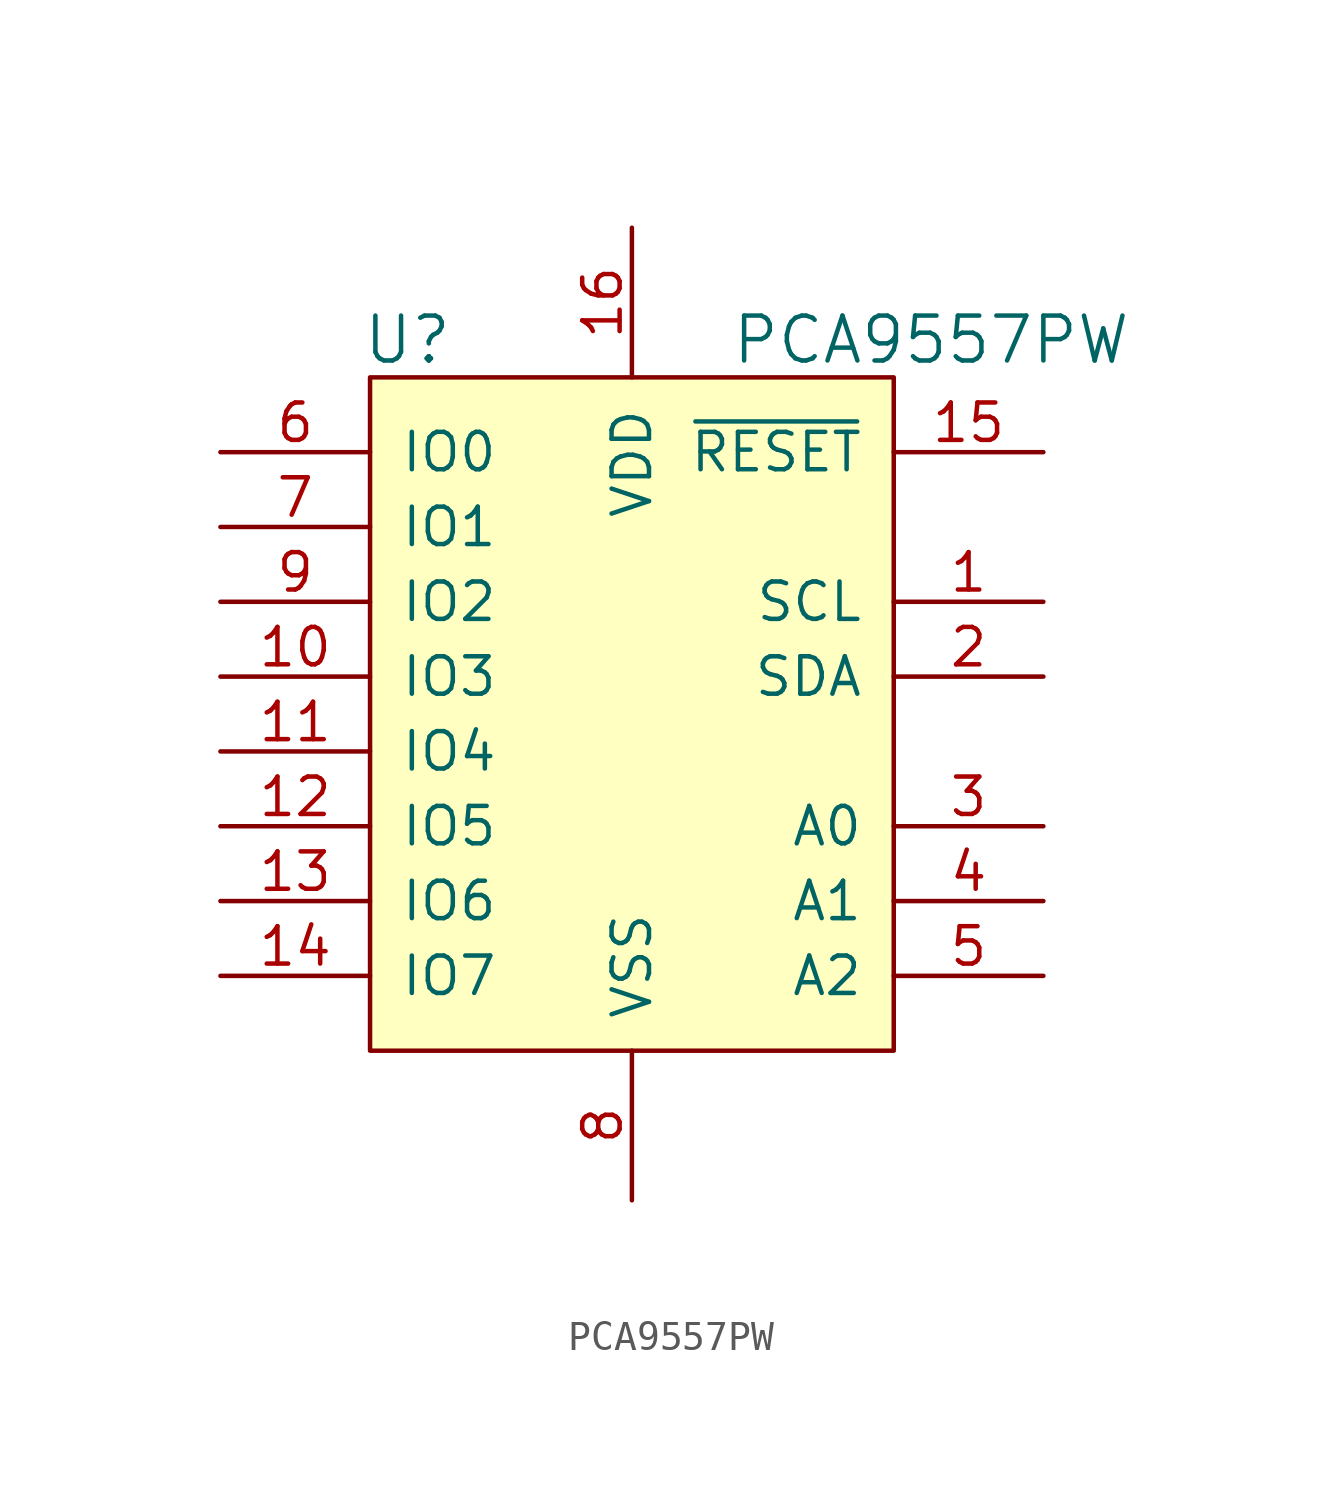
<source format=kicad_sym>
(kicad_symbol_lib
  (version 20211014)
  (generator kicad_symbol_editor)
  (symbol "PCA9557PW"
    (pin_names
      (offset 1.016))
    (property "Reference" "U"
      (at -7.62 12.7 0)
      (effects (font (size 1.524 1.524))))
    (property "Value" "PCA9557PW"
      (at 10.16 12.7 0)
      (effects (font (size 1.524 1.524))))
    (symbol "PCA9557PW_0_1"
      (rectangle (start -8.89 11.43) (end 8.89 -11.43) (stroke (width 0) (type default) (color 0 0 0 0)) (fill (type background))))
    (symbol "PCA9557PW_1_1"
      (pin bidirectional line (at 13.97 3.81 180) (length 5.08) (name "SCL" (effects (font (size 1.27 1.27)))) (number "1" (effects (font (size 1.27 1.27)))))
      (pin bidirectional line (at -13.97 1.27 0) (length 5.08) (name "IO3" (effects (font (size 1.27 1.27)))) (number "10" (effects (font (size 1.27 1.27)))))
      (pin bidirectional line (at -13.97 -1.27 0) (length 5.08) (name "IO4" (effects (font (size 1.27 1.27)))) (number "11" (effects (font (size 1.27 1.27)))))
      (pin bidirectional line (at -13.97 -3.81 0) (length 5.08) (name "IO5" (effects (font (size 1.27 1.27)))) (number "12" (effects (font (size 1.27 1.27)))))
      (pin bidirectional line (at -13.97 -6.35 0) (length 5.08) (name "IO6" (effects (font (size 1.27 1.27)))) (number "13" (effects (font (size 1.27 1.27)))))
      (pin bidirectional line (at -13.97 -8.89 0) (length 5.08) (name "IO7" (effects (font (size 1.27 1.27)))) (number "14" (effects (font (size 1.27 1.27)))))
      (pin input line (at 13.97 8.89 180) (length 5.08) (name "~{RESET}" (effects (font (size 1.27 1.27)))) (number "15" (effects (font (size 1.27 1.27)))))
      (pin passive line (at 0 16.51 270) (length 5.08) (name "VDD" (effects (font (size 1.27 1.27)))) (number "16" (effects (font (size 1.27 1.27)))))
      (pin bidirectional line (at 13.97 1.27 180) (length 5.08) (name "SDA" (effects (font (size 1.27 1.27)))) (number "2" (effects (font (size 1.27 1.27)))))
      (pin input line (at 13.97 -3.81 180) (length 5.08) (name "A0" (effects (font (size 1.27 1.27)))) (number "3" (effects (font (size 1.27 1.27)))))
      (pin input line (at 13.97 -6.35 180) (length 5.08) (name "A1" (effects (font (size 1.27 1.27)))) (number "4" (effects (font (size 1.27 1.27)))))
      (pin input line (at 13.97 -8.89 180) (length 5.08) (name "A2" (effects (font (size 1.27 1.27)))) (number "5" (effects (font (size 1.27 1.27)))))
      (pin open_collector line (at -13.97 8.89 0) (length 5.08) (name "IO0" (effects (font (size 1.27 1.27)))) (number "6" (effects (font (size 1.27 1.27)))))
      (pin bidirectional line (at -13.97 6.35 0) (length 5.08) (name "IO1" (effects (font (size 1.27 1.27)))) (number "7" (effects (font (size 1.27 1.27)))))
      (pin passive line (at 0 -16.51 90) (length 5.08) (name "VSS" (effects (font (size 1.27 1.27)))) (number "8" (effects (font (size 1.27 1.27)))))
      (pin bidirectional line (at -13.97 3.81 0) (length 5.08) (name "IO2" (effects (font (size 1.27 1.27)))) (number "9" (effects (font (size 1.27 1.27))))))))
</source>
